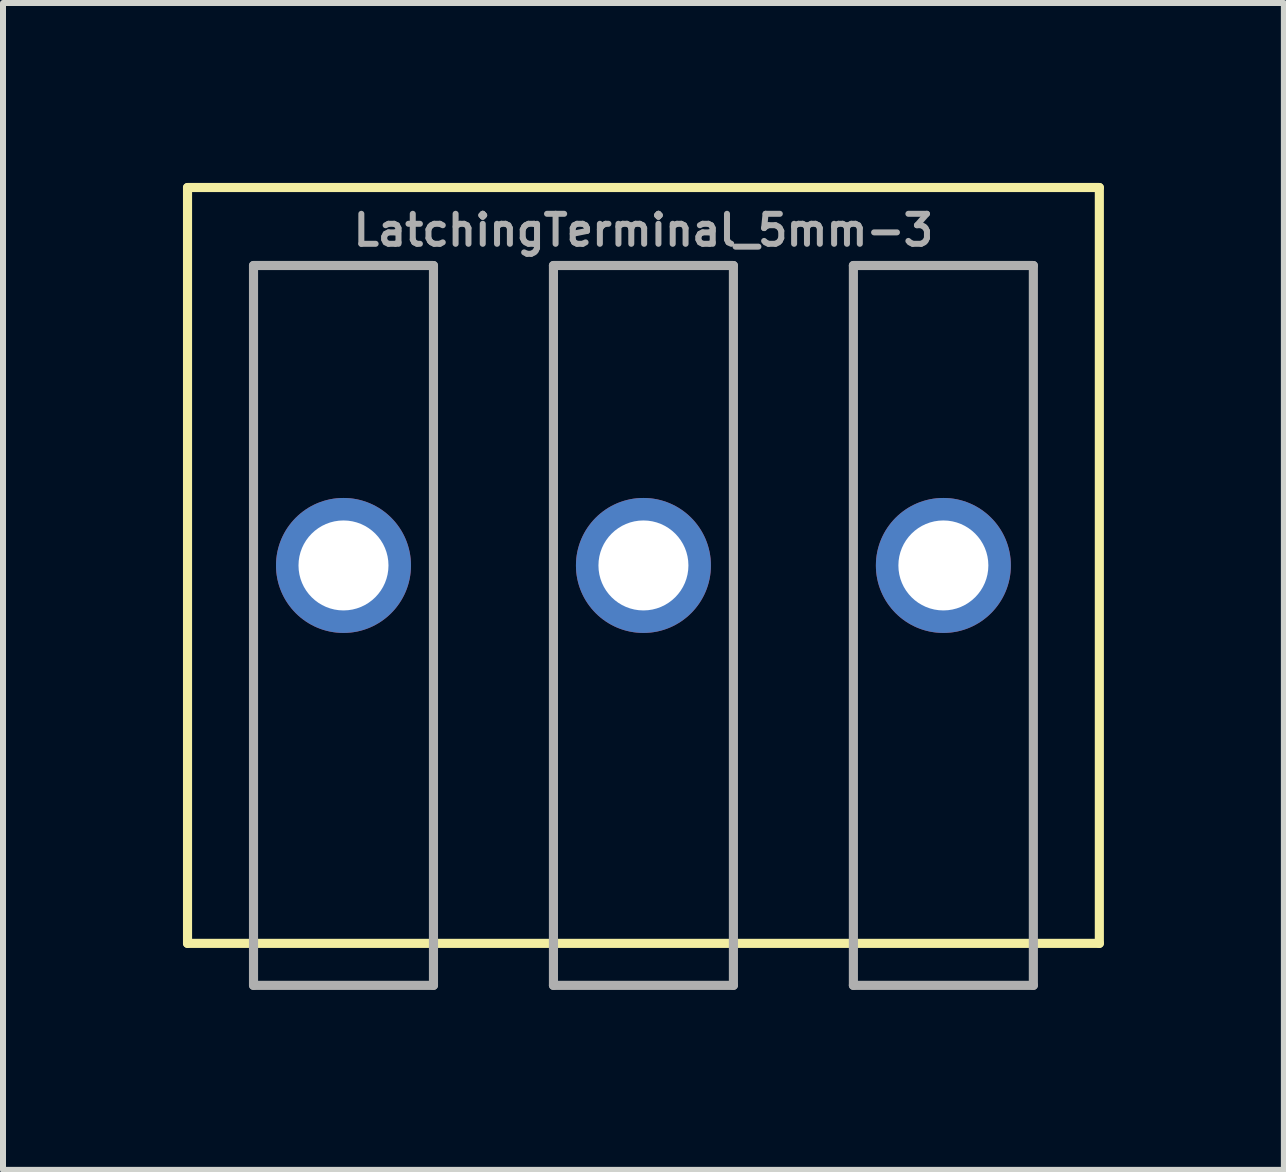
<source format=kicad_pcb>
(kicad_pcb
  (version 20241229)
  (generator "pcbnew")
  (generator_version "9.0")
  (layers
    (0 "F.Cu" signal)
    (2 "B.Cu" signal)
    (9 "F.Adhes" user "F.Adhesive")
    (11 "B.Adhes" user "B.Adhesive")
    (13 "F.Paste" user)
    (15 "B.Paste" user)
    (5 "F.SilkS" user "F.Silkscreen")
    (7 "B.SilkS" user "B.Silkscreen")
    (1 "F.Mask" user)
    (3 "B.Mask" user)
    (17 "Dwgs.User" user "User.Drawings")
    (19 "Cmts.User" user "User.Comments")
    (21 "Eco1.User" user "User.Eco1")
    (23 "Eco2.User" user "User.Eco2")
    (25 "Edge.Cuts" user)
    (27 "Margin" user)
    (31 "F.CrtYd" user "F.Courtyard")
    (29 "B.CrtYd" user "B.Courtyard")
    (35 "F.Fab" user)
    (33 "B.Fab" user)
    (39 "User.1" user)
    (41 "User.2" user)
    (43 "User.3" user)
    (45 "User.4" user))
  (footprint "LatchingTerminal_5mm-3"
    (layer "F.Cu")
    (at 7.676 6.376)
    (property "Reference" "LatchingTerminal_5mm-3" (at 0 -5.588 0) (layer "F.Fab") (effects (font (size 0.5 0.5) (thickness 0.1))))
    (attr through_hole)
    (fp_line (start -7.6 -6.3) (end -7.6 6.3) (stroke (width 0.152) (type solid)) (layer "F.SilkS"))
    (fp_line (start -7.6 -6.3) (end 7.6 -6.3) (stroke (width 0.152) (type solid)) (layer "F.SilkS"))
    (fp_line (start -7.6 6.3) (end 7.6 6.3) (stroke (width 0.152) (type solid)) (layer "F.SilkS"))
    (fp_line (start 7.6 -6.3) (end 7.6 6.3) (stroke (width 0.152) (type solid)) (layer "F.SilkS"))
    (fp_line (start -6.5 -5) (end -3.5 -5) (stroke (width 0.152) (type solid)) (layer "F.Fab"))
    (fp_line (start -6.5 7) (end -6.5 -5) (stroke (width 0.152) (type solid)) (layer "F.Fab"))
    (fp_line (start -3.5 -5) (end -3.5 7) (stroke (width 0.152) (type solid)) (layer "F.Fab"))
    (fp_line (start -3.5 7) (end -6.5 7) (stroke (width 0.152) (type solid)) (layer "F.Fab"))
    (fp_line (start -1.5 -5) (end -1.5 7) (stroke (width 0.152) (type solid)) (layer "F.Fab"))
    (fp_line (start -1.5 7) (end 1.5 7) (stroke (width 0.152) (type solid)) (layer "F.Fab"))
    (fp_line (start 1.5 -5) (end -1.5 -5) (stroke (width 0.152) (type solid)) (layer "F.Fab"))
    (fp_line (start 1.5 7) (end 1.5 -5) (stroke (width 0.152) (type solid)) (layer "F.Fab"))
    (fp_line (start 3.5 -5) (end 3.5 7) (stroke (width 0.152) (type solid)) (layer "F.Fab"))
    (fp_line (start 3.5 -5) (end 6.5 -5) (stroke (width 0.152) (type solid)) (layer "F.Fab"))
    (fp_line (start 3.5 7) (end 6.5 7) (stroke (width 0.152) (type solid)) (layer "F.Fab"))
    (fp_line (start 6.5 7) (end 6.5 -5) (stroke (width 0.152) (type solid)) (layer "F.Fab"))
    (pad "1" thru_hole circle (at -5 0) (size 2.25 2.25) (drill 1.5) (layers "*.Cu" "*.Mask"))
    (pad "2" thru_hole circle (at 0 0) (size 2.25 2.25) (drill 1.5) (layers "*.Cu" "*.Mask"))
    (pad "3" thru_hole circle (at 5 0) (size 2.25 2.25) (drill 1.5) (layers "*.Cu" "*.Mask")))
  (gr_rect
    (start -3 -3)
    (end 18.352 16.452)
    (stroke (width 0.1) (type default))
    (fill no)
    (layer "Edge.Cuts")))
</source>
